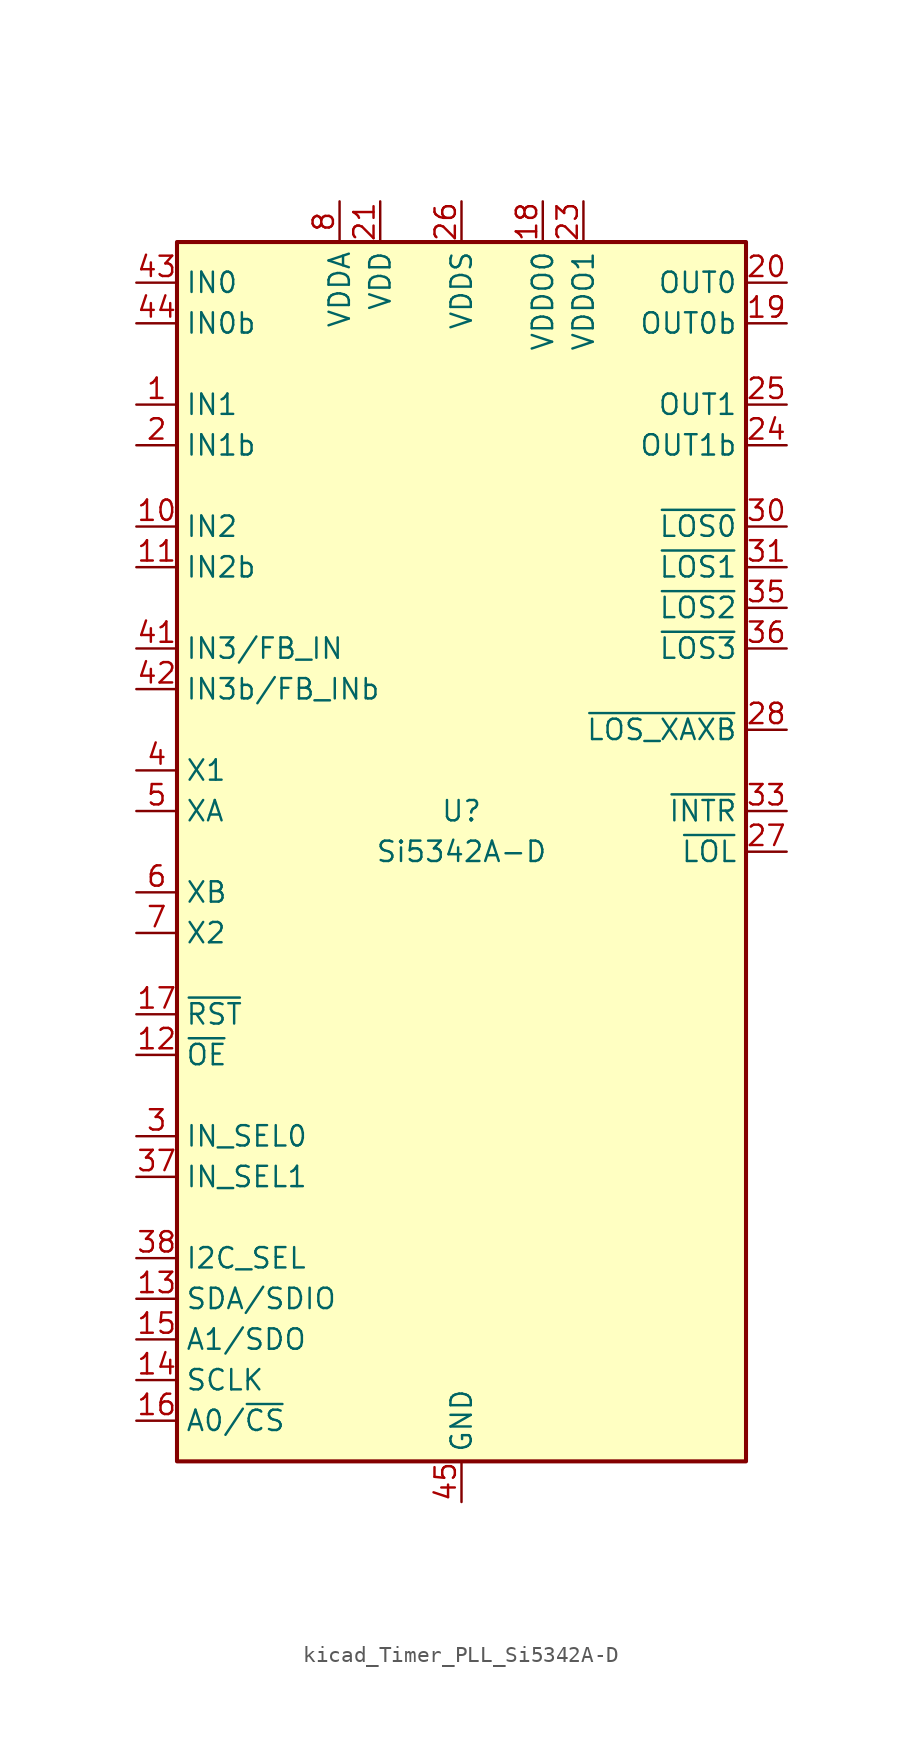
<source format=kicad_sym>
(kicad_symbol_lib
  (version 20220914)
  (generator kicad_symbol_editor)
  (symbol "kicad_Timer_PLL_Si5342A-D"
    (property "Reference" "U"
      (at 0 2.54 0)
      (effects (font (size 1.27 1.27))))
    (property "Value" "Si5342A-D"
      (at 0 0 0)
      (effects (font (size 1.27 1.27))))
    (symbol "kicad_Timer_PLL_Si5342A-D_0_1"
      (rectangle (start -17.78 38.1) (end 17.78 -38.1) (stroke (width 0.254) (type default)) (fill (type background))))
    (symbol "kicad_Timer_PLL_Si5342A-D_1_1"
      (pin input line (at -20.32 27.94 0) (length 2.54) (name "IN1" (effects (font (size 1.27 1.27)))) (number "1" (effects (font (size 1.27 1.27)))))
      (pin input line (at -20.32 20.32 0) (length 2.54) (name "IN2" (effects (font (size 1.27 1.27)))) (number "10" (effects (font (size 1.27 1.27)))))
      (pin input line (at -20.32 17.78 0) (length 2.54) (name "IN2b" (effects (font (size 1.27 1.27)))) (number "11" (effects (font (size 1.27 1.27)))))
      (pin input line (at -20.32 -12.7 0) (length 2.54) (name "~{OE}" (effects (font (size 1.27 1.27)))) (number "12" (effects (font (size 1.27 1.27)))))
      (pin bidirectional line (at -20.32 -27.94 0) (length 2.54) (name "SDA/SDIO" (effects (font (size 1.27 1.27)))) (number "13" (effects (font (size 1.27 1.27)))))
      (pin input line (at -20.32 -33.02 0) (length 2.54) (name "SCLK" (effects (font (size 1.27 1.27)))) (number "14" (effects (font (size 1.27 1.27)))))
      (pin bidirectional line (at -20.32 -30.48 0) (length 2.54) (name "A1/SDO" (effects (font (size 1.27 1.27)))) (number "15" (effects (font (size 1.27 1.27)))))
      (pin input line (at -20.32 -35.56 0) (length 2.54) (name "A0/~{CS}" (effects (font (size 1.27 1.27)))) (number "16" (effects (font (size 1.27 1.27)))))
      (pin input line (at -20.32 -10.16 0) (length 2.54) (name "~{RST}" (effects (font (size 1.27 1.27)))) (number "17" (effects (font (size 1.27 1.27)))))
      (pin power_in line (at 5.08 40.64 270) (length 2.54) (name "VDDO0" (effects (font (size 1.27 1.27)))) (number "18" (effects (font (size 1.27 1.27)))))
      (pin output line (at 20.32 33.02 180) (length 2.54) (name "OUT0b" (effects (font (size 1.27 1.27)))) (number "19" (effects (font (size 1.27 1.27)))))
      (pin input line (at -20.32 25.4 0) (length 2.54) (name "IN1b" (effects (font (size 1.27 1.27)))) (number "2" (effects (font (size 1.27 1.27)))))
      (pin output line (at 20.32 35.56 180) (length 2.54) (name "OUT0" (effects (font (size 1.27 1.27)))) (number "20" (effects (font (size 1.27 1.27)))))
      (pin power_in line (at -5.08 40.64 270) (length 2.54) (name "VDD" (effects (font (size 1.27 1.27)))) (number "21" (effects (font (size 1.27 1.27)))))
      (pin no_connect line (at 17.78 -35.56 180) (length 2.54) hide (name "NC" (effects (font (size 1.27 1.27)))) (number "22" (effects (font (size 1.27 1.27)))))
      (pin power_in line (at 7.62 40.64 270) (length 2.54) (name "VDDO1" (effects (font (size 1.27 1.27)))) (number "23" (effects (font (size 1.27 1.27)))))
      (pin output line (at 20.32 25.4 180) (length 2.54) (name "OUT1b" (effects (font (size 1.27 1.27)))) (number "24" (effects (font (size 1.27 1.27)))))
      (pin output line (at 20.32 27.94 180) (length 2.54) (name "OUT1" (effects (font (size 1.27 1.27)))) (number "25" (effects (font (size 1.27 1.27)))))
      (pin power_in line (at 0 40.64 270) (length 2.54) (name "VDDS" (effects (font (size 1.27 1.27)))) (number "26" (effects (font (size 1.27 1.27)))))
      (pin output line (at 20.32 0 180) (length 2.54) (name "~{LOL}" (effects (font (size 1.27 1.27)))) (number "27" (effects (font (size 1.27 1.27)))))
      (pin output line (at 20.32 7.62 180) (length 2.54) (name "~{LOS_XAXB}" (effects (font (size 1.27 1.27)))) (number "28" (effects (font (size 1.27 1.27)))))
      (pin passive line (at 0 40.64 270) (length 2.54) hide (name "VDDS" (effects (font (size 1.27 1.27)))) (number "29" (effects (font (size 1.27 1.27)))))
      (pin input line (at -20.32 -17.78 0) (length 2.54) (name "IN_SEL0" (effects (font (size 1.27 1.27)))) (number "3" (effects (font (size 1.27 1.27)))))
      (pin output line (at 20.32 20.32 180) (length 2.54) (name "~{LOS0}" (effects (font (size 1.27 1.27)))) (number "30" (effects (font (size 1.27 1.27)))))
      (pin output line (at 20.32 17.78 180) (length 2.54) (name "~{LOS1}" (effects (font (size 1.27 1.27)))) (number "31" (effects (font (size 1.27 1.27)))))
      (pin passive line (at -5.08 40.64 270) (length 2.54) hide (name "VDD" (effects (font (size 1.27 1.27)))) (number "32" (effects (font (size 1.27 1.27)))))
      (pin output line (at 20.32 2.54 180) (length 2.54) (name "~{INTR}" (effects (font (size 1.27 1.27)))) (number "33" (effects (font (size 1.27 1.27)))))
      (pin passive line (at 0 40.64 270) (length 2.54) hide (name "VDDS" (effects (font (size 1.27 1.27)))) (number "34" (effects (font (size 1.27 1.27)))))
      (pin output line (at 20.32 15.24 180) (length 2.54) (name "~{LOS2}" (effects (font (size 1.27 1.27)))) (number "35" (effects (font (size 1.27 1.27)))))
      (pin output line (at 20.32 12.7 180) (length 2.54) (name "~{LOS3}" (effects (font (size 1.27 1.27)))) (number "36" (effects (font (size 1.27 1.27)))))
      (pin input line (at -20.32 -20.32 0) (length 2.54) (name "IN_SEL1" (effects (font (size 1.27 1.27)))) (number "37" (effects (font (size 1.27 1.27)))))
      (pin input line (at -20.32 -25.4 0) (length 2.54) (name "I2C_SEL" (effects (font (size 1.27 1.27)))) (number "38" (effects (font (size 1.27 1.27)))))
      (pin passive line (at -5.08 40.64 270) (length 2.54) hide (name "VDD" (effects (font (size 1.27 1.27)))) (number "39" (effects (font (size 1.27 1.27)))))
      (pin input line (at -20.32 5.08 0) (length 2.54) (name "X1" (effects (font (size 1.27 1.27)))) (number "4" (effects (font (size 1.27 1.27)))))
      (pin passive line (at -5.08 40.64 270) (length 2.54) hide (name "VDD" (effects (font (size 1.27 1.27)))) (number "40" (effects (font (size 1.27 1.27)))))
      (pin input line (at -20.32 12.7 0) (length 2.54) (name "IN3/FB_IN" (effects (font (size 1.27 1.27)))) (number "41" (effects (font (size 1.27 1.27)))))
      (pin input line (at -20.32 10.16 0) (length 2.54) (name "IN3b/FB_INb" (effects (font (size 1.27 1.27)))) (number "42" (effects (font (size 1.27 1.27)))))
      (pin input line (at -20.32 35.56 0) (length 2.54) (name "IN0" (effects (font (size 1.27 1.27)))) (number "43" (effects (font (size 1.27 1.27)))))
      (pin input line (at -20.32 33.02 0) (length 2.54) (name "IN0b" (effects (font (size 1.27 1.27)))) (number "44" (effects (font (size 1.27 1.27)))))
      (pin power_in line (at 0 -40.64 90) (length 2.54) (name "GND" (effects (font (size 1.27 1.27)))) (number "45" (effects (font (size 1.27 1.27)))))
      (pin input line (at -20.32 2.54 0) (length 2.54) (name "XA" (effects (font (size 1.27 1.27)))) (number "5" (effects (font (size 1.27 1.27)))))
      (pin input line (at -20.32 -2.54 0) (length 2.54) (name "XB" (effects (font (size 1.27 1.27)))) (number "6" (effects (font (size 1.27 1.27)))))
      (pin input line (at -20.32 -5.08 0) (length 2.54) (name "X2" (effects (font (size 1.27 1.27)))) (number "7" (effects (font (size 1.27 1.27)))))
      (pin power_in line (at -7.62 40.64 270) (length 2.54) (name "VDDA" (effects (font (size 1.27 1.27)))) (number "8" (effects (font (size 1.27 1.27)))))
      (pin passive line (at -7.62 40.64 270) (length 2.54) hide (name "VDDA" (effects (font (size 1.27 1.27)))) (number "9" (effects (font (size 1.27 1.27))))))))
</source>
